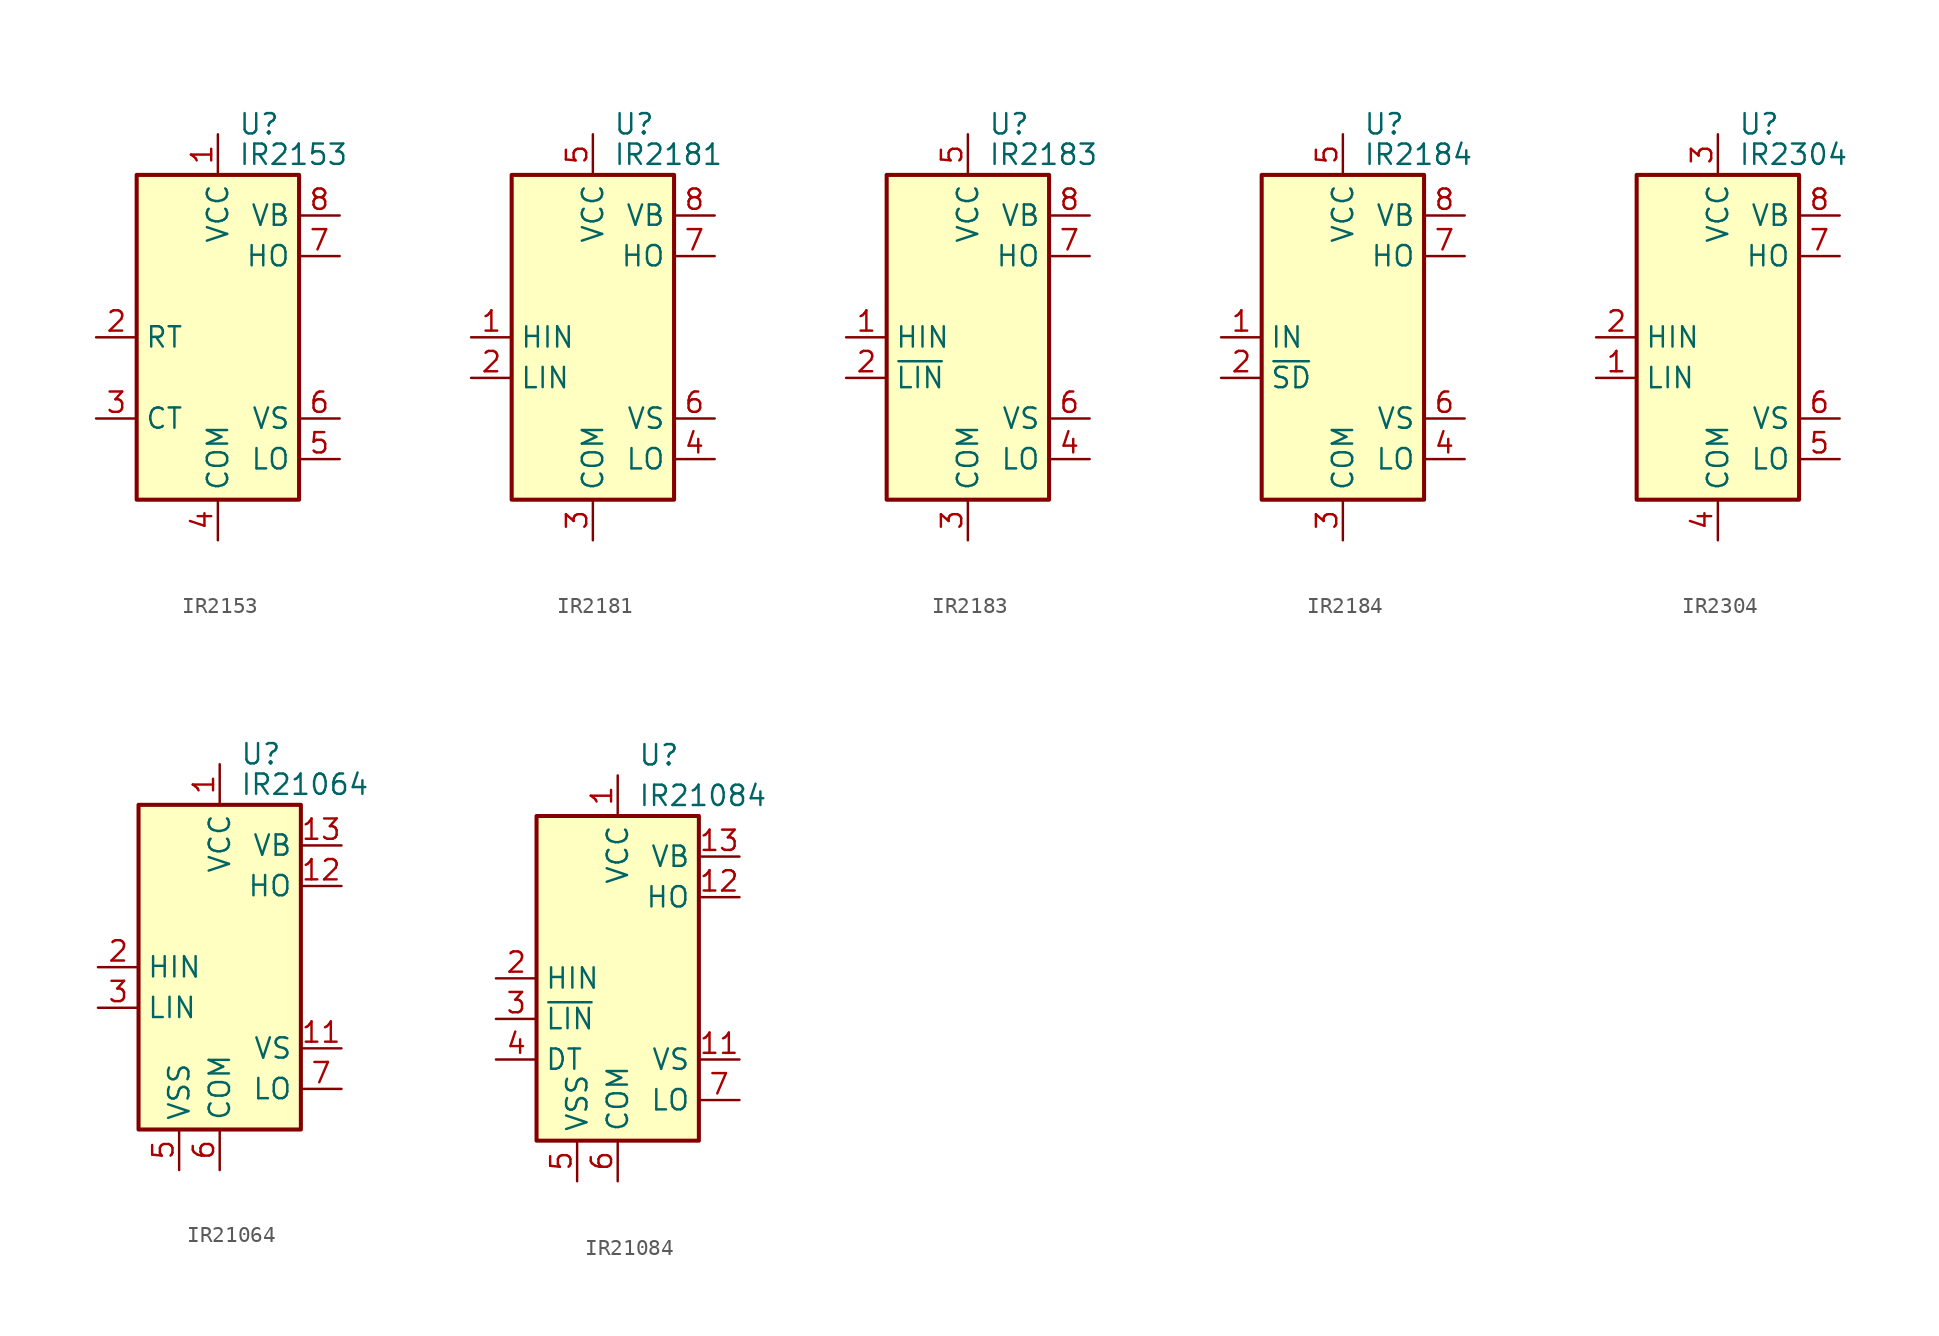
<source format=kicad_sym>
(kicad_symbol_lib
  (version 20200908)
  (generator kicad_symbol_editor)
  (symbol "Driver_FET:IR2153"
    (property "Reference" "U"
      (at 1.27 13.335 0)
      (effects (font (size 1.27 1.27)) (justify left)))
    (property "Value" "IR2153"
      (at 1.27 11.43 0)
      (effects (font (size 1.27 1.27)) (justify left)))
    (symbol "IR2153_0_1"
      (rectangle (start -5.08 -10.16) (end 5.08 10.16) (stroke (width 0.254)) (fill (type background))))
    (symbol "IR2153_1_1"
      (pin power_in line (at 0 12.7 270) (length 2.54) (name "VCC" (effects (font (size 1.27 1.27)))) (number "1" (effects (font (size 1.27 1.27)))))
      (pin passive line (at -7.62 0 0) (length 2.54) (name "RT" (effects (font (size 1.27 1.27)))) (number "2" (effects (font (size 1.27 1.27)))))
      (pin passive line (at -7.62 -5.08 0) (length 2.54) (name "CT" (effects (font (size 1.27 1.27)))) (number "3" (effects (font (size 1.27 1.27)))))
      (pin power_in line (at 0 -12.7 90) (length 2.54) (name "COM" (effects (font (size 1.27 1.27)))) (number "4" (effects (font (size 1.27 1.27)))))
      (pin output line (at 7.62 -7.62 180) (length 2.54) (name "LO" (effects (font (size 1.27 1.27)))) (number "5" (effects (font (size 1.27 1.27)))))
      (pin passive line (at 7.62 -5.08 180) (length 2.54) (name "VS" (effects (font (size 1.27 1.27)))) (number "6" (effects (font (size 1.27 1.27)))))
      (pin output line (at 7.62 5.08 180) (length 2.54) (name "HO" (effects (font (size 1.27 1.27)))) (number "7" (effects (font (size 1.27 1.27)))))
      (pin passive line (at 7.62 7.62 180) (length 2.54) (name "VB" (effects (font (size 1.27 1.27)))) (number "8" (effects (font (size 1.27 1.27)))))))
  (symbol "Driver_FET:IR2181"
    (property "Reference" "U"
      (at 1.27 13.335 0)
      (effects (font (size 1.27 1.27)) (justify left)))
    (property "Value" "IR2181"
      (at 1.27 11.43 0)
      (effects (font (size 1.27 1.27)) (justify left)))
    (symbol "IR2181_0_1"
      (rectangle (start -5.08 -10.16) (end 5.08 10.16) (stroke (width 0.254)) (fill (type background))))
    (symbol "IR2181_1_1"
      (pin input line (at -7.62 0 0) (length 2.54) (name "HIN" (effects (font (size 1.27 1.27)))) (number "1" (effects (font (size 1.27 1.27)))))
      (pin input line (at -7.62 -2.54 0) (length 2.54) (name "LIN" (effects (font (size 1.27 1.27)))) (number "2" (effects (font (size 1.27 1.27)))))
      (pin power_in line (at 0 -12.7 90) (length 2.54) (name "COM" (effects (font (size 1.27 1.27)))) (number "3" (effects (font (size 1.27 1.27)))))
      (pin output line (at 7.62 -7.62 180) (length 2.54) (name "LO" (effects (font (size 1.27 1.27)))) (number "4" (effects (font (size 1.27 1.27)))))
      (pin power_in line (at 0 12.7 270) (length 2.54) (name "VCC" (effects (font (size 1.27 1.27)))) (number "5" (effects (font (size 1.27 1.27)))))
      (pin passive line (at 7.62 -5.08 180) (length 2.54) (name "VS" (effects (font (size 1.27 1.27)))) (number "6" (effects (font (size 1.27 1.27)))))
      (pin output line (at 7.62 5.08 180) (length 2.54) (name "HO" (effects (font (size 1.27 1.27)))) (number "7" (effects (font (size 1.27 1.27)))))
      (pin passive line (at 7.62 7.62 180) (length 2.54) (name "VB" (effects (font (size 1.27 1.27)))) (number "8" (effects (font (size 1.27 1.27)))))))
  (symbol "Driver_FET:IR2183"
    (property "Reference" "U"
      (at 1.27 13.335 0)
      (effects (font (size 1.27 1.27)) (justify left)))
    (property "Value" "IR2183"
      (at 1.27 11.43 0)
      (effects (font (size 1.27 1.27)) (justify left)))
    (symbol "IR2183_0_1"
      (rectangle (start -5.08 -10.16) (end 5.08 10.16) (stroke (width 0.254)) (fill (type background))))
    (symbol "IR2183_1_1"
      (pin input line (at -7.62 0 0) (length 2.54) (name "HIN" (effects (font (size 1.27 1.27)))) (number "1" (effects (font (size 1.27 1.27)))))
      (pin input line (at -7.62 -2.54 0) (length 2.54) (name "~LIN" (effects (font (size 1.27 1.27)))) (number "2" (effects (font (size 1.27 1.27)))))
      (pin power_in line (at 0 -12.7 90) (length 2.54) (name "COM" (effects (font (size 1.27 1.27)))) (number "3" (effects (font (size 1.27 1.27)))))
      (pin output line (at 7.62 -7.62 180) (length 2.54) (name "LO" (effects (font (size 1.27 1.27)))) (number "4" (effects (font (size 1.27 1.27)))))
      (pin power_in line (at 0 12.7 270) (length 2.54) (name "VCC" (effects (font (size 1.27 1.27)))) (number "5" (effects (font (size 1.27 1.27)))))
      (pin passive line (at 7.62 -5.08 180) (length 2.54) (name "VS" (effects (font (size 1.27 1.27)))) (number "6" (effects (font (size 1.27 1.27)))))
      (pin output line (at 7.62 5.08 180) (length 2.54) (name "HO" (effects (font (size 1.27 1.27)))) (number "7" (effects (font (size 1.27 1.27)))))
      (pin passive line (at 7.62 7.62 180) (length 2.54) (name "VB" (effects (font (size 1.27 1.27)))) (number "8" (effects (font (size 1.27 1.27)))))))
  (symbol "Driver_FET:IR2184"
    (property "Reference" "U"
      (at 1.27 13.335 0)
      (effects (font (size 1.27 1.27)) (justify left)))
    (property "Value" "IR2184"
      (at 1.27 11.43 0)
      (effects (font (size 1.27 1.27)) (justify left)))
    (symbol "IR2184_0_1"
      (rectangle (start -5.08 -10.16) (end 5.08 10.16) (stroke (width 0.254)) (fill (type background))))
    (symbol "IR2184_1_1"
      (pin input line (at -7.62 0 0) (length 2.54) (name "IN" (effects (font (size 1.27 1.27)))) (number "1" (effects (font (size 1.27 1.27)))))
      (pin input line (at -7.62 -2.54 0) (length 2.54) (name "~SD" (effects (font (size 1.27 1.27)))) (number "2" (effects (font (size 1.27 1.27)))))
      (pin power_in line (at 0 -12.7 90) (length 2.54) (name "COM" (effects (font (size 1.27 1.27)))) (number "3" (effects (font (size 1.27 1.27)))))
      (pin output line (at 7.62 -7.62 180) (length 2.54) (name "LO" (effects (font (size 1.27 1.27)))) (number "4" (effects (font (size 1.27 1.27)))))
      (pin power_in line (at 0 12.7 270) (length 2.54) (name "VCC" (effects (font (size 1.27 1.27)))) (number "5" (effects (font (size 1.27 1.27)))))
      (pin passive line (at 7.62 -5.08 180) (length 2.54) (name "VS" (effects (font (size 1.27 1.27)))) (number "6" (effects (font (size 1.27 1.27)))))
      (pin output line (at 7.62 5.08 180) (length 2.54) (name "HO" (effects (font (size 1.27 1.27)))) (number "7" (effects (font (size 1.27 1.27)))))
      (pin passive line (at 7.62 7.62 180) (length 2.54) (name "VB" (effects (font (size 1.27 1.27)))) (number "8" (effects (font (size 1.27 1.27)))))))
  (symbol "Driver_FET:IR2304"
    (property "Reference" "U"
      (at 1.27 13.335 0)
      (effects (font (size 1.27 1.27)) (justify left)))
    (property "Value" "IR2304"
      (at 1.27 11.43 0)
      (effects (font (size 1.27 1.27)) (justify left)))
    (symbol "IR2304_0_1"
      (rectangle (start -5.08 -10.16) (end 5.08 10.16) (stroke (width 0.254)) (fill (type background))))
    (symbol "IR2304_1_1"
      (pin input line (at -7.62 -2.54 0) (length 2.54) (name "LIN" (effects (font (size 1.27 1.27)))) (number "1" (effects (font (size 1.27 1.27)))))
      (pin input line (at -7.62 0 0) (length 2.54) (name "HIN" (effects (font (size 1.27 1.27)))) (number "2" (effects (font (size 1.27 1.27)))))
      (pin power_in line (at 0 12.7 270) (length 2.54) (name "VCC" (effects (font (size 1.27 1.27)))) (number "3" (effects (font (size 1.27 1.27)))))
      (pin power_in line (at 0 -12.7 90) (length 2.54) (name "COM" (effects (font (size 1.27 1.27)))) (number "4" (effects (font (size 1.27 1.27)))))
      (pin output line (at 7.62 -7.62 180) (length 2.54) (name "LO" (effects (font (size 1.27 1.27)))) (number "5" (effects (font (size 1.27 1.27)))))
      (pin passive line (at 7.62 -5.08 180) (length 2.54) (name "VS" (effects (font (size 1.27 1.27)))) (number "6" (effects (font (size 1.27 1.27)))))
      (pin output line (at 7.62 5.08 180) (length 2.54) (name "HO" (effects (font (size 1.27 1.27)))) (number "7" (effects (font (size 1.27 1.27)))))
      (pin passive line (at 7.62 7.62 180) (length 2.54) (name "VB" (effects (font (size 1.27 1.27)))) (number "8" (effects (font (size 1.27 1.27)))))))
  (symbol "Driver_FET:IR21064"
    (property "Reference" "U"
      (at 1.27 13.335 0)
      (effects (font (size 1.27 1.27)) (justify left)))
    (property "Value" "IR21064"
      (at 1.27 11.43 0)
      (effects (font (size 1.27 1.27)) (justify left)))
    (symbol "IR21064_0_1"
      (rectangle (start -5.08 -10.16) (end 5.08 10.16) (stroke (width 0.254)) (fill (type background))))
    (symbol "IR21064_1_1"
      (pin power_in line (at 0 12.7 270) (length 2.54) (name "VCC" (effects (font (size 1.27 1.27)))) (number "1" (effects (font (size 1.27 1.27)))))
      (pin unconnected line (at 5.08 2.54 180) (length 2.54) hide (name "NC" (effects (font (size 1.27 1.27)))) (number "10" (effects (font (size 1.27 1.27)))))
      (pin passive line (at 7.62 -5.08 180) (length 2.54) (name "VS" (effects (font (size 1.27 1.27)))) (number "11" (effects (font (size 1.27 1.27)))))
      (pin output line (at 7.62 5.08 180) (length 2.54) (name "HO" (effects (font (size 1.27 1.27)))) (number "12" (effects (font (size 1.27 1.27)))))
      (pin passive line (at 7.62 7.62 180) (length 2.54) (name "VB" (effects (font (size 1.27 1.27)))) (number "13" (effects (font (size 1.27 1.27)))))
      (pin unconnected line (at 5.08 0 180) (length 2.54) hide (name "NC" (effects (font (size 1.27 1.27)))) (number "14" (effects (font (size 1.27 1.27)))))
      (pin input line (at -7.62 0 0) (length 2.54) (name "HIN" (effects (font (size 1.27 1.27)))) (number "2" (effects (font (size 1.27 1.27)))))
      (pin input line (at -7.62 -2.54 0) (length 2.54) (name "LIN" (effects (font (size 1.27 1.27)))) (number "3" (effects (font (size 1.27 1.27)))))
      (pin unconnected line (at -5.08 7.62 0) (length 2.54) hide (name "NC" (effects (font (size 1.27 1.27)))) (number "4" (effects (font (size 1.27 1.27)))))
      (pin power_in line (at -2.54 -12.7 90) (length 2.54) (name "VSS" (effects (font (size 1.27 1.27)))) (number "5" (effects (font (size 1.27 1.27)))))
      (pin power_in line (at 0 -12.7 90) (length 2.54) (name "COM" (effects (font (size 1.27 1.27)))) (number "6" (effects (font (size 1.27 1.27)))))
      (pin output line (at 7.62 -7.62 180) (length 2.54) (name "LO" (effects (font (size 1.27 1.27)))) (number "7" (effects (font (size 1.27 1.27)))))
      (pin unconnected line (at -5.08 5.08 0) (length 2.54) hide (name "NC" (effects (font (size 1.27 1.27)))) (number "8" (effects (font (size 1.27 1.27)))))
      (pin unconnected line (at -5.08 2.54 0) (length 2.54) hide (name "NC" (effects (font (size 1.27 1.27)))) (number "9" (effects (font (size 1.27 1.27)))))))
  (symbol "Driver_FET:IR21084"
    (property "Reference" "U"
      (at 1.27 13.97 0)
      (effects (font (size 1.27 1.27)) (justify left)))
    (property "Value" "IR21084"
      (at 1.27 11.43 0)
      (effects (font (size 1.27 1.27)) (justify left)))
    (symbol "IR21084_0_1"
      (rectangle (start -5.08 -10.16) (end 5.08 10.16) (stroke (width 0.254)) (fill (type background))))
    (symbol "IR21084_1_1"
      (pin power_in line (at 0 12.7 270) (length 2.54) (name "VCC" (effects (font (size 1.27 1.27)))) (number "1" (effects (font (size 1.27 1.27)))))
      (pin unconnected line (at -5.08 2.54 0) (length 2.54) hide (name "NC" (effects (font (size 1.27 1.27)))) (number "10" (effects (font (size 1.27 1.27)))))
      (pin passive line (at 7.62 -5.08 180) (length 2.54) (name "VS" (effects (font (size 1.27 1.27)))) (number "11" (effects (font (size 1.27 1.27)))))
      (pin output line (at 7.62 5.08 180) (length 2.54) (name "HO" (effects (font (size 1.27 1.27)))) (number "12" (effects (font (size 1.27 1.27)))))
      (pin passive line (at 7.62 7.62 180) (length 2.54) (name "VB" (effects (font (size 1.27 1.27)))) (number "13" (effects (font (size 1.27 1.27)))))
      (pin unconnected line (at 5.08 2.54 180) (length 2.54) hide (name "NC" (effects (font (size 1.27 1.27)))) (number "14" (effects (font (size 1.27 1.27)))))
      (pin input line (at -7.62 0 0) (length 2.54) (name "HIN" (effects (font (size 1.27 1.27)))) (number "2" (effects (font (size 1.27 1.27)))))
      (pin input line (at -7.62 -2.54 0) (length 2.54) (name "~LIN" (effects (font (size 1.27 1.27)))) (number "3" (effects (font (size 1.27 1.27)))))
      (pin input line (at -7.62 -5.08 0) (length 2.54) (name "DT" (effects (font (size 1.27 1.27)))) (number "4" (effects (font (size 1.27 1.27)))))
      (pin power_in line (at -2.54 -12.7 90) (length 2.54) (name "VSS" (effects (font (size 1.27 1.27)))) (number "5" (effects (font (size 1.27 1.27)))))
      (pin power_in line (at 0 -12.7 90) (length 2.54) (name "COM" (effects (font (size 1.27 1.27)))) (number "6" (effects (font (size 1.27 1.27)))))
      (pin output line (at 7.62 -7.62 180) (length 2.54) (name "LO" (effects (font (size 1.27 1.27)))) (number "7" (effects (font (size 1.27 1.27)))))
      (pin unconnected line (at -5.08 7.62 0) (length 2.54) hide (name "NC" (effects (font (size 1.27 1.27)))) (number "8" (effects (font (size 1.27 1.27)))))
      (pin unconnected line (at -5.08 5.08 0) (length 2.54) hide (name "NC" (effects (font (size 1.27 1.27)))) (number "9" (effects (font (size 1.27 1.27))))))))
</source>
